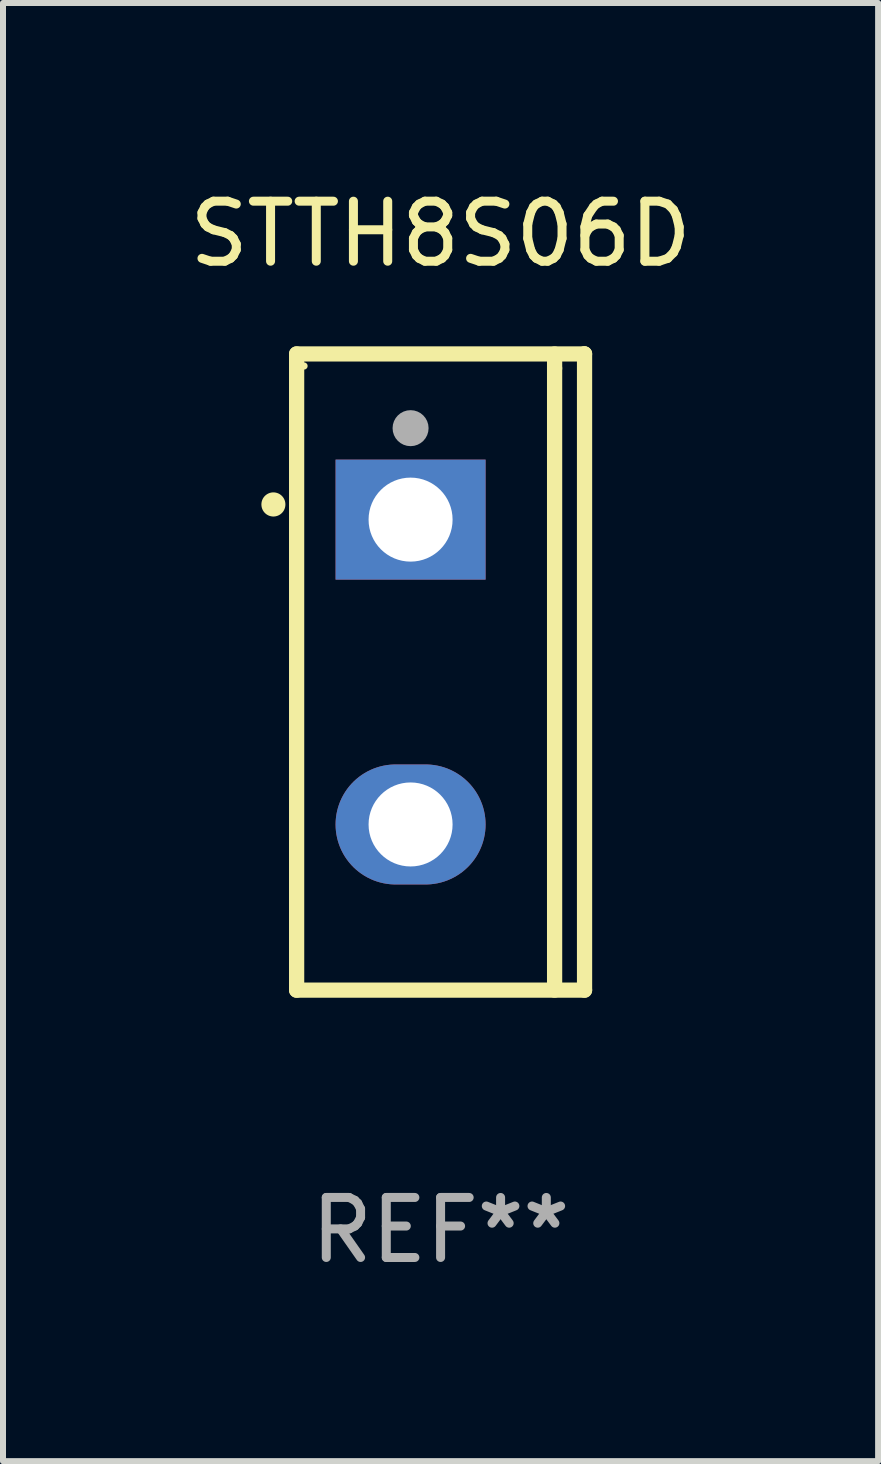
<source format=kicad_pcb>
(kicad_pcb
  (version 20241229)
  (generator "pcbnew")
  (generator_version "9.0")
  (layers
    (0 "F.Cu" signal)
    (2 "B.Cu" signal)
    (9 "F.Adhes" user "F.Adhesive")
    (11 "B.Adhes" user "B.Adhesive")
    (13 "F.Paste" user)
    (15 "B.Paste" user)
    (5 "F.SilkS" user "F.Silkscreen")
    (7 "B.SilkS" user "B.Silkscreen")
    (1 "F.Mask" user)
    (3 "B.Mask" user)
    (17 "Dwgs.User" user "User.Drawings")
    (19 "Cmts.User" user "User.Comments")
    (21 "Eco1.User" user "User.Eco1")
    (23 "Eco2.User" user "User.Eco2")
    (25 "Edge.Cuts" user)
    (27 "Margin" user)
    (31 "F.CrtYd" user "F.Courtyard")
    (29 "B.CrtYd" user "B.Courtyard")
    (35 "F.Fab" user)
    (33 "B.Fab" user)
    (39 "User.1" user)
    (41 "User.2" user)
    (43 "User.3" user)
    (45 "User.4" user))
  (footprint "STTH8S06D"
    (layer "F.Cu")
    (at 4.292 8.149)
    (property "Reference" "STTH8S06D" (at 0 -7.301 0) (layer "F.SilkS") (effects (font (size 1 1) (thickness 0.15))))
    (attr through_hole)
    (fp_line (start -2.399 -5.301) (end 2.394 -5.301) (stroke (width 0.254) (type solid)) (layer "F.SilkS"))
    (fp_line (start -2.399 5.301) (end -2.399 -5.301) (stroke (width 0.254) (type solid)) (layer "F.SilkS"))
    (fp_line (start 1.9 -5.061) (end 1.9 -5.3) (stroke (width 0.254) (type solid)) (layer "F.SilkS"))
    (fp_line (start 1.9 5.3) (end 1.9 -5.061) (stroke (width 0.254) (type solid)) (layer "F.SilkS"))
    (fp_line (start 2.394 -5.301) (end 2.399 -5.301) (stroke (width 0.254) (type solid)) (layer "F.SilkS"))
    (fp_line (start 2.399 -5.301) (end 2.399 5.301) (stroke (width 0.254) (type solid)) (layer "F.SilkS"))
    (fp_line (start 2.399 5.301) (end -2.399 5.301) (stroke (width 0.254) (type solid)) (layer "F.SilkS"))
    (fp_arc (start -2.786043 -2.791466) (mid -2.786047 -2.792736) (end -2.786043 -2.794006) (stroke (width 0.4) (type solid)) (layer "F.SilkS"))
    (fp_circle (center -2.275 -5.1) (end -2.245 -5.1) (stroke (width 0.06) (type solid)) (fill no) (layer "F.SilkS"))
    (fp_circle (center -0.5 -4.064) (end -0.35 -4.064) (stroke (width 0.3) (type solid)) (fill no) (layer "F.Fab"))
    (fp_text user "REF**" (at 0 9.301 0) (layer "F.Fab") (effects (font (size 1 1) (thickness 0.15))))
    (pad "1" thru_hole rect (at -0.5 -2.54 270) (size 2 2.5) (drill 1.4) (layers "*.Cu" "*.Mask"))
    (pad "3" thru_hole oval (at -0.5 2.54 270) (size 2 2.5) (drill 1.4) (layers "*.Cu" "*.Mask")))
  (gr_rect
    (start -3 -3)
    (end 11.583 21.299)
    (stroke (width 0.1) (type default))
    (fill no)
    (layer "Edge.Cuts")))
</source>
